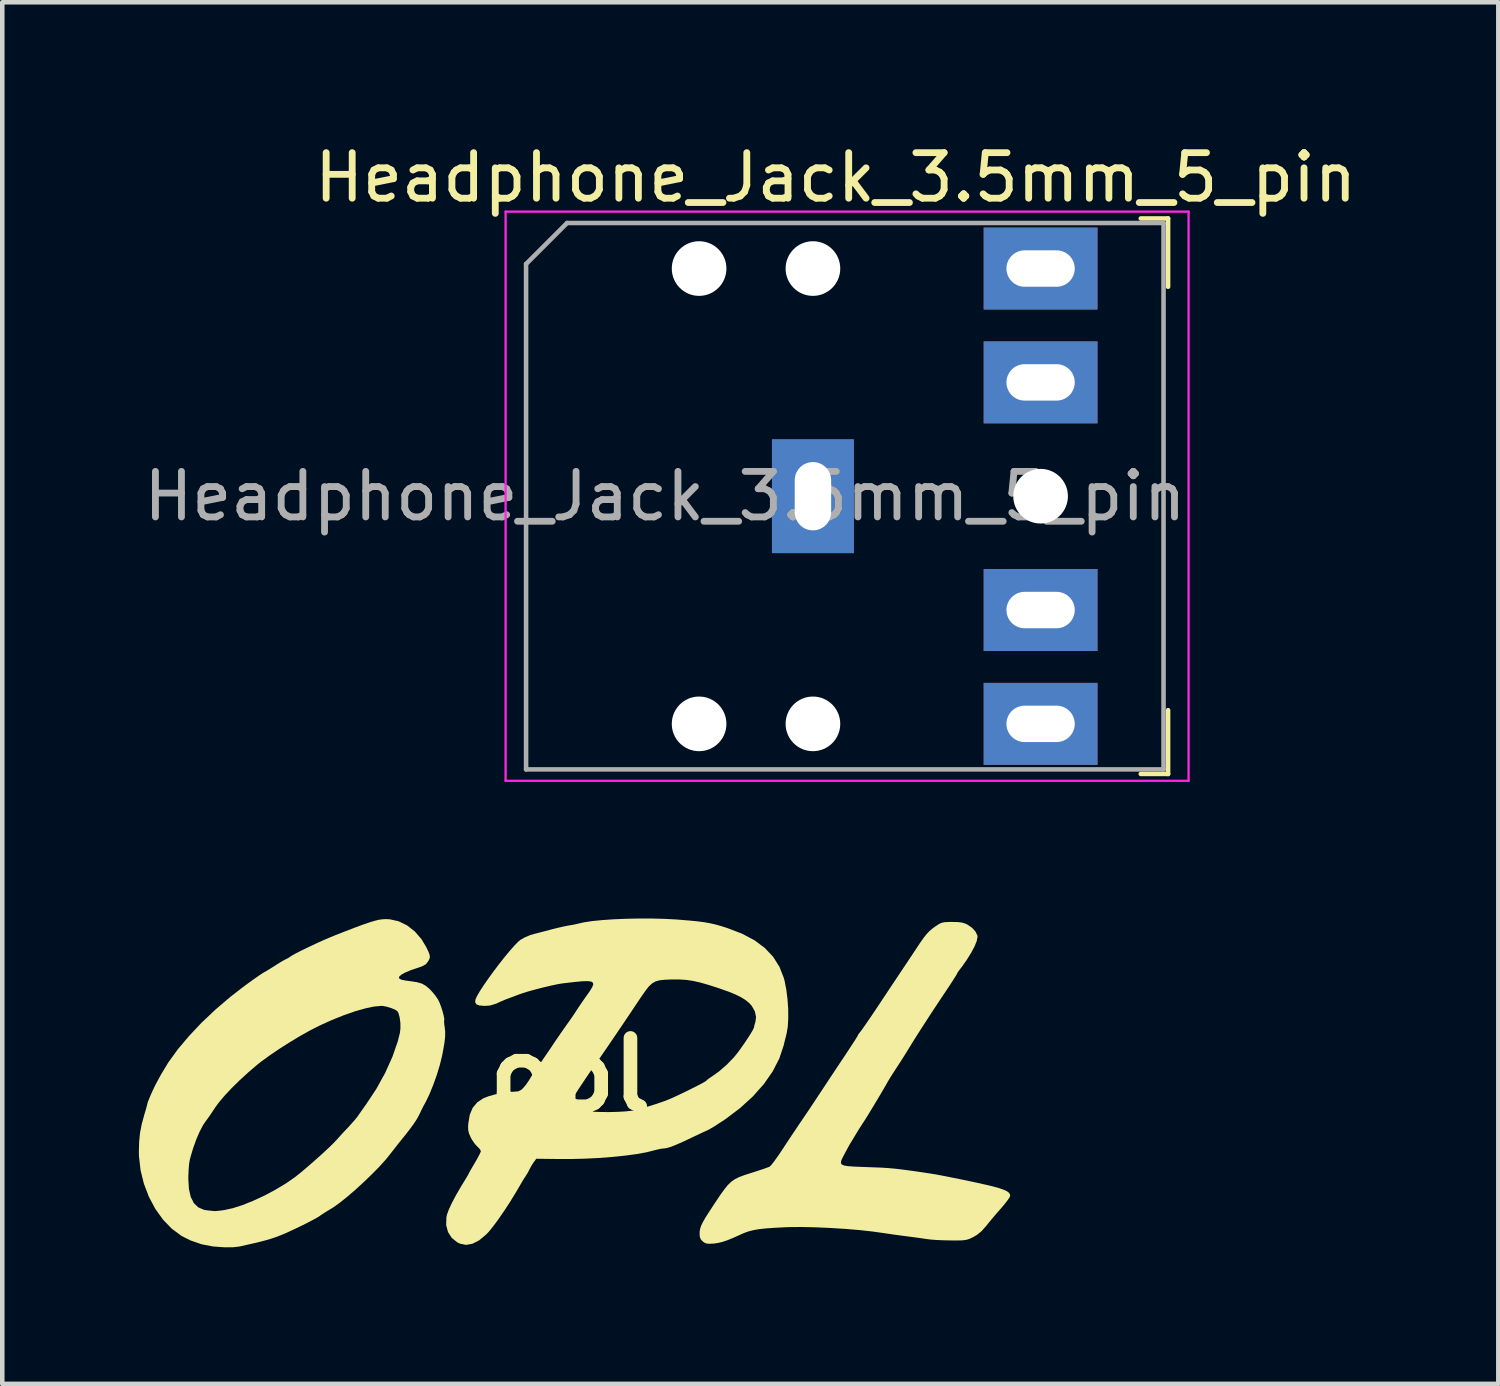
<source format=kicad_pcb>
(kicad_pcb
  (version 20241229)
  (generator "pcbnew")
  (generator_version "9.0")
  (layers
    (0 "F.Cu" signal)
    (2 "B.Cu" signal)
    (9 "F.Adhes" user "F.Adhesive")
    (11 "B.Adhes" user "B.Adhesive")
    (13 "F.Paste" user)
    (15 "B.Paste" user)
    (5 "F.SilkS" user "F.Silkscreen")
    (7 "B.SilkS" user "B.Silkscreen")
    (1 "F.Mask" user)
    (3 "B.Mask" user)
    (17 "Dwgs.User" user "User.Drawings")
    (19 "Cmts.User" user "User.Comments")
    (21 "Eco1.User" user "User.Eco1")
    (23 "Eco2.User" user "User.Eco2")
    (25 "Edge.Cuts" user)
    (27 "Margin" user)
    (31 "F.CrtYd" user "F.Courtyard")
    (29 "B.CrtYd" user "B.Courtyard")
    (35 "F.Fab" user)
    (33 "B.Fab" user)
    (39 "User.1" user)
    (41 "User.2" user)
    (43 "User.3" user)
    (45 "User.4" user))
  (footprint "opl"
    (layer "F.Cu")
    (at 9.475 20.568)
    (property "Reference" "opl" (at 0 0 0) (layer "F.SilkS") (effects (font (size 1.5 1.5) (thickness 0.3))))
    (attr board_only exclude_from_pos_files exclude_from_bom)
    (fp_poly (pts (xy 8.513 -3.367) (xy 8.603 -3.356) (xy 8.675 -3.334) (xy 8.723 -3.311) (xy 8.823 -3.242) (xy 8.899 -3.159) (xy 8.94 -3.074) (xy 8.944 -3.041) (xy 8.927 -2.953) (xy 8.88 -2.835) (xy 8.806 -2.695) (xy 8.711 -2.542) (xy 8.601 -2.385) (xy 8.553 -2.324) (xy 8.513 -2.27) (xy 8.494 -2.235) (xy 8.493 -2.232) (xy 8.479 -2.205) (xy 8.44 -2.143) (xy 8.382 -2.052) (xy 8.309 -1.94) (xy 8.258 -1.864) (xy 8.094 -1.618) (xy 7.934 -1.376) (xy 7.785 -1.146) (xy 7.65 -0.937) (xy 7.535 -0.755) (xy 7.446 -0.61) (xy 7.37 -0.487) (xy 7.28 -0.344) (xy 7.193 -0.209) (xy 7.169 -0.173) (xy 7.101 -0.068) (xy 7.04 0.027) (xy 6.996 0.1) (xy 6.98 0.126) (xy 6.938 0.201) (xy 6.877 0.306) (xy 6.803 0.432) (xy 6.722 0.567) (xy 6.641 0.702) (xy 6.566 0.825) (xy 6.504 0.926) (xy 6.46 0.996) (xy 6.451 1.009) (xy 6.4 1.087) (xy 6.336 1.188) (xy 6.275 1.287) (xy 6.221 1.377) (xy 6.175 1.453) (xy 6.146 1.5) (xy 6.144 1.502) (xy 6.12 1.545) (xy 6.079 1.621) (xy 6.029 1.714) (xy 6.019 1.733) (xy 5.976 1.815) (xy 5.949 1.878) (xy 5.943 1.925) (xy 5.963 1.958) (xy 6.014 1.98) (xy 6.1 1.994) (xy 6.227 2.003) (xy 6.399 2.01) (xy 6.508 2.014) (xy 6.696 2.021) (xy 6.85 2.027) (xy 6.984 2.036) (xy 7.111 2.047) (xy 7.245 2.062) (xy 7.4 2.082) (xy 7.588 2.108) (xy 7.67 2.12) (xy 7.805 2.14) (xy 7.919 2.158) (xy 8.025 2.175) (xy 8.133 2.195) (xy 8.257 2.219) (xy 8.406 2.249) (xy 8.594 2.287) (xy 8.639 2.296) (xy 8.903 2.352) (xy 9.118 2.4) (xy 9.29 2.441) (xy 9.423 2.478) (xy 9.522 2.513) (xy 9.591 2.545) (xy 9.634 2.578) (xy 9.656 2.613) (xy 9.661 2.645) (xy 9.644 2.684) (xy 9.598 2.751) (xy 9.531 2.837) (xy 9.469 2.91) (xy 9.37 3.022) (xy 9.267 3.144) (xy 9.176 3.254) (xy 9.14 3.3) (xy 9.037 3.417) (xy 8.935 3.501) (xy 8.85 3.551) (xy 8.784 3.583) (xy 8.728 3.604) (xy 8.668 3.617) (xy 8.593 3.624) (xy 8.489 3.626) (xy 8.349 3.625) (xy 8.201 3.622) (xy 8.056 3.616) (xy 7.931 3.607) (xy 7.843 3.597) (xy 7.751 3.583) (xy 7.624 3.565) (xy 7.481 3.546) (xy 7.365 3.531) (xy 7.222 3.512) (xy 7.081 3.493) (xy 6.959 3.475) (xy 6.887 3.464) (xy 6.636 3.429) (xy 6.346 3.397) (xy 6.033 3.371) (xy 5.709 3.351) (xy 5.389 3.337) (xy 5.087 3.33) (xy 4.816 3.332) (xy 4.711 3.336) (xy 4.482 3.348) (xy 4.297 3.361) (xy 4.148 3.377) (xy 4.027 3.398) (xy 3.923 3.424) (xy 3.829 3.457) (xy 3.756 3.488) (xy 3.586 3.565) (xy 3.452 3.62) (xy 3.342 3.657) (xy 3.244 3.681) (xy 3.147 3.694) (xy 3.147 3.694) (xy 3.051 3.699) (xy 2.988 3.692) (xy 2.938 3.669) (xy 2.913 3.65) (xy 2.865 3.601) (xy 2.844 3.541) (xy 2.84 3.474) (xy 2.843 3.416) (xy 2.854 3.358) (xy 2.877 3.294) (xy 2.915 3.217) (xy 2.972 3.118) (xy 3.052 2.992) (xy 3.158 2.831) (xy 3.181 2.796) (xy 3.291 2.631) (xy 3.382 2.505) (xy 3.46 2.408) (xy 3.535 2.336) (xy 3.615 2.28) (xy 3.708 2.234) (xy 3.823 2.191) (xy 3.969 2.144) (xy 3.969 2.144) (xy 4.103 2.101) (xy 4.222 2.062) (xy 4.315 2.029) (xy 4.371 2.008) (xy 4.379 2.004) (xy 4.411 1.973) (xy 4.464 1.906) (xy 4.534 1.81) (xy 4.614 1.694) (xy 4.668 1.612) (xy 4.765 1.465) (xy 4.867 1.311) (xy 4.965 1.165) (xy 5.047 1.042) (xy 5.071 1.009) (xy 5.143 0.901) (xy 5.236 0.764) (xy 5.338 0.611) (xy 5.44 0.457) (xy 5.49 0.381) (xy 5.596 0.221) (xy 5.718 0.036) (xy 5.847 -0.158) (xy 5.969 -0.342) (xy 6.032 -0.436) (xy 6.12 -0.569) (xy 6.197 -0.687) (xy 6.259 -0.783) (xy 6.3 -0.85) (xy 6.317 -0.88) (xy 6.317 -0.881) (xy 6.333 -0.912) (xy 6.368 -0.954) (xy 6.395 -0.99) (xy 6.448 -1.064) (xy 6.521 -1.17) (xy 6.611 -1.301) (xy 6.712 -1.452) (xy 6.821 -1.615) (xy 6.832 -1.632) (xy 6.944 -1.801) (xy 7.05 -1.961) (xy 7.147 -2.105) (xy 7.228 -2.227) (xy 7.289 -2.319) (xy 7.326 -2.374) (xy 7.327 -2.375) (xy 7.375 -2.447) (xy 7.442 -2.548) (xy 7.52 -2.665) (xy 7.583 -2.76) (xy 7.681 -2.908) (xy 7.759 -3.019) (xy 7.825 -3.102) (xy 7.885 -3.166) (xy 7.947 -3.22) (xy 8.018 -3.272) (xy 8.026 -3.277) (xy 8.096 -3.323) (xy 8.154 -3.35) (xy 8.218 -3.364) (xy 8.305 -3.369) (xy 8.387 -3.37)) (stroke (width 0) (type solid)) (fill yes) (layer "F.SilkS"))
    (fp_poly (pts (xy -3.998 -3.43) (xy -3.96 -3.427) (xy -3.769 -3.384) (xy -3.585 -3.294) (xy -3.416 -3.162) (xy -3.27 -2.994) (xy -3.165 -2.82) (xy -3.116 -2.717) (xy -3.089 -2.646) (xy -3.084 -2.593) (xy -3.099 -2.545) (xy -3.128 -2.495) (xy -3.174 -2.44) (xy -3.245 -2.399) (xy -3.335 -2.367) (xy -3.492 -2.315) (xy -3.618 -2.262) (xy -3.709 -2.213) (xy -3.758 -2.168) (xy -3.764 -2.144) (xy -3.749 -2.121) (xy -3.709 -2.102) (xy -3.635 -2.086) (xy -3.517 -2.069) (xy -3.513 -2.069) (xy -3.37 -2.047) (xy -3.264 -2.017) (xy -3.178 -1.97) (xy -3.094 -1.9) (xy -3.037 -1.84) (xy -2.97 -1.761) (xy -2.911 -1.675) (xy -2.901 -1.659) (xy -2.869 -1.591) (xy -2.835 -1.5) (xy -2.804 -1.402) (xy -2.78 -1.312) (xy -2.768 -1.243) (xy -2.769 -1.214) (xy -2.772 -1.179) (xy -2.766 -1.109) (xy -2.757 -1.048) (xy -2.747 -0.957) (xy -2.749 -0.854) (xy -2.762 -0.729) (xy -2.788 -0.572) (xy -2.817 -0.425) (xy -2.866 -0.226) (xy -2.931 -0.012) (xy -3.008 0.204) (xy -3.09 0.406) (xy -3.172 0.578) (xy -3.212 0.65) (xy -3.236 0.695) (xy -3.273 0.77) (xy -3.304 0.835) (xy -3.344 0.914) (xy -3.39 0.992) (xy -3.448 1.078) (xy -3.524 1.181) (xy -3.623 1.309) (xy -3.716 1.424) (xy -3.795 1.523) (xy -3.866 1.614) (xy -3.921 1.684) (xy -3.941 1.71) (xy -4.051 1.847) (xy -4.192 2.003) (xy -4.356 2.17) (xy -4.533 2.341) (xy -4.715 2.508) (xy -4.894 2.662) (xy -5.06 2.795) (xy -5.205 2.899) (xy -5.262 2.934) (xy -5.356 2.991) (xy -5.435 3.041) (xy -5.486 3.075) (xy -5.494 3.081) (xy -5.547 3.116) (xy -5.638 3.167) (xy -5.757 3.229) (xy -5.893 3.297) (xy -6.036 3.366) (xy -6.175 3.431) (xy -6.301 3.487) (xy -6.37 3.515) (xy -6.466 3.552) (xy -6.561 3.584) (xy -6.665 3.615) (xy -6.787 3.648) (xy -6.936 3.684) (xy -7.122 3.726) (xy -7.264 3.758) (xy -7.406 3.775) (xy -7.591 3.776) (xy -7.815 3.76) (xy -7.856 3.756) (xy -8.099 3.709) (xy -8.341 3.625) (xy -8.537 3.527) (xy -8.751 3.369) (xy -8.945 3.168) (xy -9.114 2.932) (xy -9.255 2.667) (xy -9.364 2.381) (xy -9.392 2.27) (xy -8.389 2.27) (xy -8.376 2.492) (xy -8.336 2.67) (xy -8.268 2.805) (xy -8.171 2.898) (xy -8.044 2.953) (xy -7.959 2.966) (xy -7.882 2.974) (xy -7.827 2.979) (xy -7.816 2.981) (xy -7.778 2.979) (xy -7.704 2.972) (xy -7.608 2.959) (xy -7.604 2.959) (xy -7.417 2.918) (xy -7.199 2.849) (xy -6.963 2.754) (xy -6.719 2.641) (xy -6.477 2.512) (xy -6.247 2.374) (xy -6.044 2.233) (xy -5.948 2.157) (xy -5.829 2.058) (xy -5.697 1.944) (xy -5.559 1.823) (xy -5.426 1.703) (xy -5.306 1.591) (xy -5.208 1.496) (xy -5.141 1.426) (xy -5.136 1.421) (xy -5.081 1.359) (xy -5.003 1.273) (xy -4.916 1.18) (xy -4.885 1.148) (xy -4.805 1.06) (xy -4.734 0.98) (xy -4.685 0.92) (xy -4.673 0.904) (xy -4.639 0.855) (xy -4.584 0.776) (xy -4.517 0.681) (xy -4.482 0.633) (xy -4.258 0.294) (xy -4.066 -0.054) (xy -3.908 -0.404) (xy -3.79 -0.744) (xy -3.742 -0.933) (xy -3.73 -1.037) (xy -3.732 -1.156) (xy -3.747 -1.271) (xy -3.773 -1.365) (xy -3.797 -1.408) (xy -3.845 -1.442) (xy -3.927 -1.476) (xy -4.023 -1.506) (xy -4.114 -1.524) (xy -4.152 -1.526) (xy -4.308 -1.512) (xy -4.503 -1.471) (xy -4.728 -1.407) (xy -4.977 -1.32) (xy -5.243 -1.213) (xy -5.507 -1.093) (xy -5.705 -0.993) (xy -5.927 -0.869) (xy -6.16 -0.729) (xy -6.391 -0.582) (xy -6.607 -0.435) (xy -6.794 -0.299) (xy -6.874 -0.235) (xy -7.071 -0.067) (xy -7.261 0.107) (xy -7.437 0.28) (xy -7.592 0.445) (xy -7.717 0.593) (xy -7.796 0.701) (xy -7.864 0.804) (xy -7.925 0.894) (xy -7.972 0.959) (xy -7.989 0.982) (xy -8.063 1.088) (xy -8.14 1.235) (xy -8.216 1.411) (xy -8.285 1.605) (xy -8.344 1.804) (xy -8.358 1.86) (xy -8.372 1.946) (xy -8.382 2.066) (xy -8.388 2.2) (xy -8.389 2.27) (xy -9.392 2.27) (xy -9.438 2.082) (xy -9.473 1.775) (xy -9.475 1.678) (xy -9.469 1.455) (xy -9.449 1.26) (xy -9.411 1.067) (xy -9.353 0.854) (xy -9.323 0.755) (xy -9.301 0.675) (xy -9.29 0.628) (xy -9.289 0.623) (xy -9.279 0.588) (xy -9.252 0.519) (xy -9.214 0.429) (xy -9.171 0.333) (xy -9.129 0.244) (xy -9.094 0.175) (xy -9.092 0.173) (xy -9.058 0.109) (xy -9.012 0.025) (xy -8.992 -0.013) (xy -8.828 -0.285) (xy -8.621 -0.571) (xy -8.375 -0.863) (xy -8.097 -1.158) (xy -7.791 -1.447) (xy -7.465 -1.725) (xy -7.206 -1.926) (xy -7.075 -2.023) (xy -6.952 -2.111) (xy -6.848 -2.184) (xy -6.77 -2.237) (xy -6.728 -2.262) (xy -6.667 -2.297) (xy -6.58 -2.35) (xy -6.483 -2.411) (xy -6.47 -2.42) (xy -6.379 -2.477) (xy -6.301 -2.523) (xy -6.25 -2.55) (xy -6.244 -2.553) (xy -6.182 -2.585) (xy -6.158 -2.603) (xy -6.107 -2.635) (xy -6.017 -2.685) (xy -5.897 -2.746) (xy -5.756 -2.814) (xy -5.605 -2.886) (xy -5.451 -2.956) (xy -5.305 -3.019) (xy -5.176 -3.072) (xy -5.176 -3.073) (xy -4.927 -3.17) (xy -4.722 -3.249) (xy -4.554 -3.311) (xy -4.417 -3.358) (xy -4.306 -3.392) (xy -4.215 -3.415) (xy -4.137 -3.427) (xy -4.066 -3.432)) (stroke (width 0) (type solid)) (fill yes) (layer "F.SilkS"))
    (fp_poly (pts (xy 1.776 -3.445) (xy 2.051 -3.438) (xy 2.312 -3.425) (xy 2.389 -3.419) (xy 2.608 -3.401) (xy 2.786 -3.384) (xy 2.933 -3.365) (xy 3.062 -3.343) (xy 3.184 -3.315) (xy 3.31 -3.28) (xy 3.451 -3.235) (xy 3.772 -3.112) (xy 4.046 -2.967) (xy 4.273 -2.797) (xy 4.455 -2.604) (xy 4.594 -2.384) (xy 4.69 -2.138) (xy 4.708 -2.07) (xy 4.745 -1.878) (xy 4.771 -1.668) (xy 4.786 -1.453) (xy 4.787 -1.247) (xy 4.776 -1.065) (xy 4.751 -0.919) (xy 4.75 -0.916) (xy 4.731 -0.839) (xy 4.705 -0.736) (xy 4.685 -0.653) (xy 4.59 -0.369) (xy 4.445 -0.087) (xy 4.252 0.19) (xy 4.013 0.459) (xy 3.731 0.717) (xy 3.408 0.961) (xy 3.162 1.121) (xy 3.086 1.166) (xy 3.031 1.197) (xy 3.009 1.208) (xy 2.983 1.218) (xy 2.918 1.248) (xy 2.823 1.293) (xy 2.707 1.348) (xy 2.667 1.367) (xy 2.479 1.456) (xy 2.33 1.521) (xy 2.216 1.567) (xy 2.128 1.594) (xy 2.061 1.605) (xy 2.044 1.606) (xy 1.979 1.614) (xy 1.891 1.634) (xy 1.848 1.645) (xy 1.674 1.689) (xy 1.454 1.729) (xy 1.199 1.763) (xy 0.916 1.792) (xy 0.614 1.815) (xy 0.301 1.83) (xy -0.013 1.837) (xy -0.234 1.837) (xy -0.746 1.831) (xy -0.797 1.898) (xy -0.844 1.969) (xy -0.89 2.051) (xy -0.892 2.057) (xy -0.935 2.139) (xy -0.98 2.212) (xy -0.983 2.216) (xy -1.028 2.285) (xy -1.076 2.366) (xy -1.081 2.375) (xy -1.202 2.582) (xy -1.329 2.788) (xy -1.457 2.983) (xy -1.58 3.162) (xy -1.693 3.315) (xy -1.79 3.434) (xy -1.848 3.495) (xy -2.002 3.623) (xy -2.149 3.698) (xy -2.289 3.723) (xy -2.423 3.696) (xy -2.481 3.668) (xy -2.602 3.571) (xy -2.685 3.442) (xy -2.726 3.29) (xy -2.721 3.123) (xy -2.709 3.061) (xy -2.67 2.952) (xy -2.603 2.807) (xy -2.51 2.631) (xy -2.394 2.431) (xy -2.34 2.343) (xy -2.288 2.258) (xy -2.249 2.192) (xy -2.23 2.157) (xy -2.229 2.154) (xy -2.217 2.129) (xy -2.183 2.068) (xy -2.133 1.983) (xy -2.097 1.922) (xy -2.04 1.823) (xy -1.995 1.738) (xy -1.969 1.681) (xy -1.964 1.664) (xy -1.983 1.625) (xy -2.029 1.574) (xy -2.042 1.564) (xy -2.099 1.501) (xy -2.158 1.415) (xy -2.186 1.364) (xy -2.224 1.279) (xy -2.242 1.205) (xy -2.244 1.117) (xy -2.239 1.052) (xy -2.207 0.862) (xy -2.143 0.711) (xy -2.073 0.628) (xy -0.02 0.628) (xy -0.008 0.678) (xy 0.05 0.723) (xy 0.146 0.759) (xy 0.274 0.782) (xy 0.288 0.784) (xy 0.462 0.797) (xy 0.656 0.804) (xy 0.855 0.806) (xy 1.046 0.801) (xy 1.215 0.791) (xy 1.35 0.776) (xy 1.385 0.769) (xy 1.529 0.734) (xy 1.7 0.686) (xy 1.88 0.63) (xy 2.049 0.572) (xy 2.187 0.518) (xy 2.203 0.511) (xy 2.314 0.461) (xy 2.439 0.402) (xy 2.57 0.339) (xy 2.698 0.275) (xy 2.812 0.217) (xy 2.905 0.168) (xy 2.967 0.132) (xy 2.987 0.117) (xy 3.018 0.088) (xy 3.078 0.045) (xy 3.114 0.022) (xy 3.274 -0.093) (xy 3.439 -0.237) (xy 3.588 -0.391) (xy 3.657 -0.474) (xy 3.736 -0.58) (xy 3.817 -0.695) (xy 3.893 -0.808) (xy 3.958 -0.91) (xy 4.006 -0.991) (xy 4.032 -1.044) (xy 4.034 -1.054) (xy 4.043 -1.098) (xy 4.063 -1.165) (xy 4.065 -1.17) (xy 4.08 -1.285) (xy 4.052 -1.409) (xy 3.985 -1.527) (xy 3.926 -1.592) (xy 3.842 -1.659) (xy 3.744 -1.72) (xy 3.623 -1.779) (xy 3.469 -1.841) (xy 3.274 -1.91) (xy 3.251 -1.918) (xy 3.033 -1.988) (xy 2.851 -2.04) (xy 2.693 -2.075) (xy 2.546 -2.097) (xy 2.397 -2.106) (xy 2.235 -2.106) (xy 2.211 -2.106) (xy 2.069 -2.1) (xy 1.959 -2.088) (xy 1.871 -2.063) (xy 1.795 -2.019) (xy 1.723 -1.951) (xy 1.646 -1.852) (xy 1.552 -1.717) (xy 1.515 -1.662) (xy 1.398 -1.487) (xy 1.274 -1.301) (xy 1.147 -1.113) (xy 1.022 -0.928) (xy 0.904 -0.755) (xy 0.798 -0.599) (xy 0.708 -0.468) (xy 0.639 -0.368) (xy 0.602 -0.316) (xy 0.532 -0.217) (xy 0.45 -0.099) (xy 0.361 0.032) (xy 0.271 0.167) (xy 0.184 0.298) (xy 0.107 0.418) (xy 0.044 0.517) (xy -0.000312 0.59) (xy -0.02 0.627) (xy -0.02 0.628) (xy -2.073 0.628) (xy -2.043 0.592) (xy -1.907 0.502) (xy -1.797 0.459) (xy -1.652 0.418) (xy -1.492 0.386) (xy -1.337 0.364) (xy -1.225 0.358) (xy -1.139 0.35) (xy -1.076 0.317) (xy -1.031 0.274) (xy -0.965 0.194) (xy -0.906 0.107) (xy -0.899 0.095) (xy -0.859 0.028) (xy -0.798 -0.065) (xy -0.73 -0.165) (xy -0.715 -0.186) (xy -0.643 -0.289) (xy -0.555 -0.417) (xy -0.464 -0.551) (xy -0.41 -0.631) (xy -0.322 -0.763) (xy -0.224 -0.905) (xy -0.132 -1.037) (xy -0.086 -1.102) (xy -0.009 -1.21) (xy 0.065 -1.317) (xy 0.125 -1.407) (xy 0.142 -1.434) (xy 0.194 -1.513) (xy 0.264 -1.616) (xy 0.339 -1.724) (xy 0.361 -1.755) (xy 0.432 -1.856) (xy 0.481 -1.936) (xy 0.504 -1.995) (xy 0.497 -2.036) (xy 0.457 -2.061) (xy 0.38 -2.07) (xy 0.263 -2.067) (xy 0.102 -2.052) (xy -0.107 -2.028) (xy -0.186 -2.018) (xy -0.285 -2.001) (xy -0.421 -1.972) (xy -0.579 -1.935) (xy -0.743 -1.893) (xy -0.901 -1.85) (xy -1.036 -1.809) (xy -1.128 -1.777) (xy -1.236 -1.736) (xy -1.34 -1.697) (xy -1.416 -1.669) (xy -1.51 -1.63) (xy -1.608 -1.585) (xy -1.62 -1.578) (xy -1.759 -1.535) (xy -1.88 -1.526) (xy -1.996 -1.535) (xy -2.064 -1.562) (xy -2.09 -1.611) (xy -2.083 -1.664) (xy -2.05 -1.74) (xy -1.987 -1.848) (xy -1.901 -1.98) (xy -1.798 -2.129) (xy -1.683 -2.287) (xy -1.563 -2.446) (xy -1.442 -2.599) (xy -1.327 -2.737) (xy -1.225 -2.853) (xy -1.14 -2.939) (xy -1.094 -2.977) (xy -0.998 -3.031) (xy -0.88 -3.081) (xy -0.799 -3.105) (xy -0.688 -3.133) (xy -0.552 -3.169) (xy -0.415 -3.205) (xy -0.385 -3.213) (xy -0.263 -3.243) (xy -0.144 -3.27) (xy -0.05 -3.289) (xy -0.027 -3.293) (xy 0.068 -3.309) (xy 0.154 -3.328) (xy 0.173 -3.333) (xy 0.309 -3.363) (xy 0.49 -3.39) (xy 0.708 -3.411) (xy 0.954 -3.428) (xy 1.219 -3.439) (xy 1.496 -3.445)) (stroke (width 0) (type solid)) (fill yes) (layer "F.SilkS")))
  (footprint "Headphone_Jack_3.5mm_5_pin"
    (layer "F.Cu")
    (at 19.804 7.848)
    (property "Reference" "Headphone_Jack_3.5mm_5_pin" (at -4.5 -7 0) (layer "F.SilkS") (effects (font (size 1 1) (thickness 0.15))))
    (attr through_hole)
    (fp_line (start 2.2 -6.1) (end 2.8 -6.1) (stroke (width 0.1) (type solid)) (layer "F.SilkS"))
    (fp_line (start 2.2 6.1) (end 2.8 6.1) (stroke (width 0.1) (type solid)) (layer "F.SilkS"))
    (fp_line (start 2.8 -6.1) (end 2.8 -4.6) (stroke (width 0.1) (type solid)) (layer "F.SilkS"))
    (fp_line (start 2.8 6.1) (end 2.8 4.7) (stroke (width 0.1) (type solid)) (layer "F.SilkS"))
    (fp_line (start -11.75 -6.25) (end -11.75 6.25) (stroke (width 0.05) (type solid)) (layer "F.CrtYd"))
    (fp_line (start -11.75 -6.25) (end 3.25 -6.25) (stroke (width 0.05) (type solid)) (layer "F.CrtYd"))
    (fp_line (start -11.75 6.25) (end 3.25 6.25) (stroke (width 0.05) (type solid)) (layer "F.CrtYd"))
    (fp_line (start 3.25 -6.25) (end 3.25 6.25) (stroke (width 0.05) (type solid)) (layer "F.CrtYd"))
    (fp_line (start -11.3 -5.1) (end -11.3 6) (stroke (width 0.1) (type solid)) (layer "F.Fab"))
    (fp_line (start -11.3 -5.1) (end -10.4 -6) (stroke (width 0.1) (type solid)) (layer "F.Fab"))
    (fp_line (start -11.3 6) (end 2.7 6) (stroke (width 0.1) (type solid)) (layer "F.Fab"))
    (fp_line (start -10.4 -6) (end 2.7 -6) (stroke (width 0.1) (type solid)) (layer "F.Fab"))
    (fp_line (start 2.7 -6) (end 2.7 6) (stroke (width 0.1) (type solid)) (layer "F.Fab"))
    (fp_text user "${REFERENCE}" (at -8.25 0 0) (layer "F.Fab") (effects (font (size 1 1) (thickness 0.15))))
    (pad "" np_thru_hole circle (at -7.5 -5) (size 1.2 1.2) (drill 1.2) (layers "*.Cu" "*.Mask"))
    (pad "" np_thru_hole circle (at -7.5 5) (size 1.2 1.2) (drill 1.2) (layers "*.Cu" "*.Mask"))
    (pad "" np_thru_hole circle (at -5 -5) (size 1.2 1.2) (drill 1.2) (layers "*.Cu" "*.Mask"))
    (pad "" np_thru_hole circle (at -5 5) (size 1.2 1.2) (drill 1.2) (layers "*.Cu" "*.Mask"))
    (pad "" np_thru_hole circle (at 0 0) (size 1.2 1.2) (drill 1.2) (layers "*.Cu" "*.Mask"))
    (pad "R" thru_hole rect (at 0 -5) (size 2.5 1.8) (drill oval 1.5 0.8) (layers "*.Cu" "*.Mask"))
    (pad "RN" thru_hole rect (at 0 -2.5) (size 2.5 1.8) (drill oval 1.5 0.8) (layers "*.Cu" "*.Mask"))
    (pad "S" thru_hole rect (at -5 0) (size 1.8 2.5) (drill oval 0.8 1.5) (layers "*.Cu" "*.Mask"))
    (pad "T" thru_hole rect (at 0 5) (size 2.5 1.8) (drill oval 1.5 0.8) (layers "*.Cu" "*.Mask"))
    (pad "TN" thru_hole rect (at 0 2.5) (size 2.5 1.8) (drill oval 1.5 0.8) (layers "*.Cu" "*.Mask")))
  (gr_rect
    (start -3 -3)
    (end 29.857 27.344)
    (stroke (width 0.1) (type default))
    (fill no)
    (layer "Edge.Cuts")))
</source>
